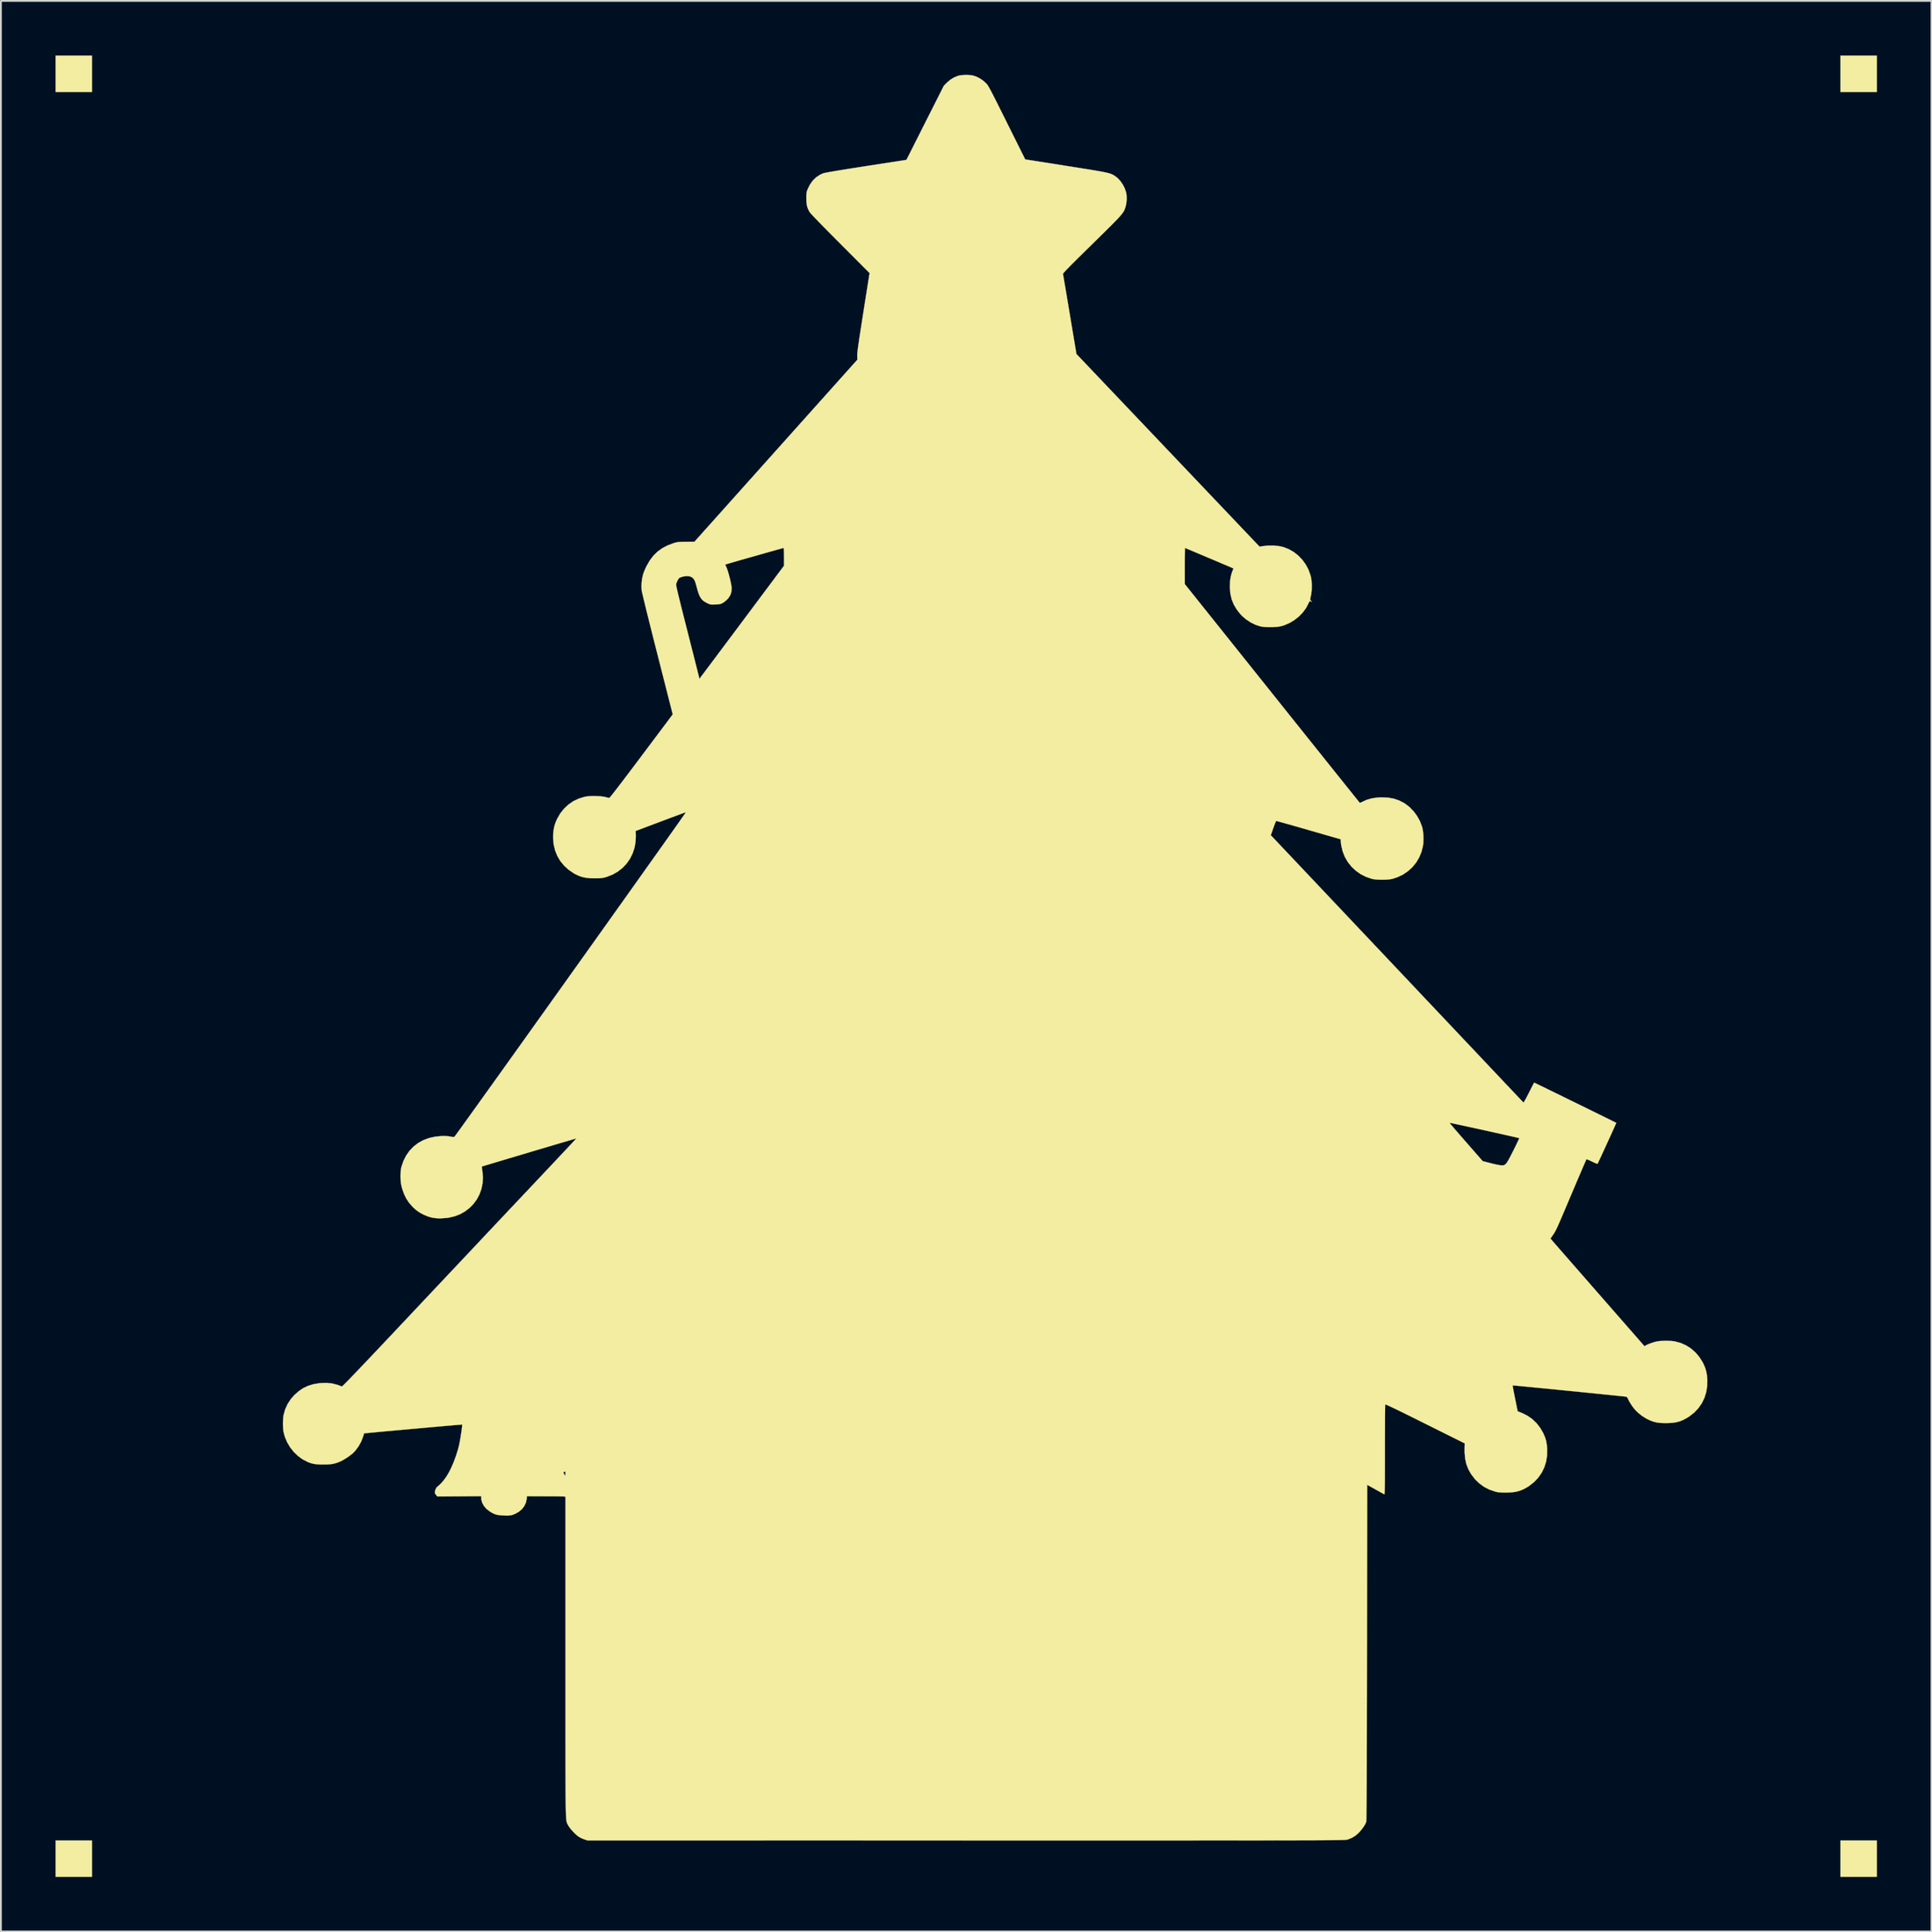
<source format=kicad_pcb>
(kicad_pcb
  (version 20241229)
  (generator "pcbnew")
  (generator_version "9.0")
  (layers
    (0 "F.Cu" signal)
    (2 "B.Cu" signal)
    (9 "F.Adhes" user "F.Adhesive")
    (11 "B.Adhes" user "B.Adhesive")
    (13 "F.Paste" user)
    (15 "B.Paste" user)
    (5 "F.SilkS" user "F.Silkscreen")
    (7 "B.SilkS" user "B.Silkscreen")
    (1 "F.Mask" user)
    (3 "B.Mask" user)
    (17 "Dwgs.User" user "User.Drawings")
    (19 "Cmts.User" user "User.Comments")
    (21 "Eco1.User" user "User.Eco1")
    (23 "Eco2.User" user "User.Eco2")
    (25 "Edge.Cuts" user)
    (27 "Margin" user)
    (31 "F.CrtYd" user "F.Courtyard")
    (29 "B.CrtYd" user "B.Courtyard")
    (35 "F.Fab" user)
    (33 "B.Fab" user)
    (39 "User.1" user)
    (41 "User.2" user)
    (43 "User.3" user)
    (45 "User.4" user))
  (footprint "mx2u_outline"
    (layer "F.Cu")
    (at 50.022 50.022)
    (property "Reference" "mx2u_outline" (at 0 0 0) (layer "F.SilkS") (effects (font (size 1.524 1.524) (thickness 0.3))))
    (attr through_hole)
    (fp_poly (pts (xy -48.02 -48.02) (xy -50.017 -48.02) (xy -50.017 -50.017) (xy -48.02 -50.017) (xy -48.02 -48.02)) (stroke (width 0.01) (type solid)) (fill yes) (layer "F.SilkS"))
    (fp_poly (pts (xy -48.02 50.017) (xy -50.017 50.017) (xy -50.017 48.02) (xy -48.02 48.02) (xy -48.02 50.017)) (stroke (width 0.01) (type solid)) (fill yes) (layer "F.SilkS"))
    (fp_poly (pts (xy 50.017 -48.02) (xy 48.02 -48.02) (xy 48.02 -50.017) (xy 50.017 -50.017) (xy 50.017 -48.02)) (stroke (width 0.01) (type solid)) (fill yes) (layer "F.SilkS"))
    (fp_poly (pts (xy 50.017 50.017) (xy 48.02 50.017) (xy 48.02 48.02) (xy 50.017 48.02) (xy 50.017 50.017)) (stroke (width 0.01) (type solid)) (fill yes) (layer "F.SilkS"))
    (fp_poly (pts (xy 0.087 -48.953) (xy 0.237 -48.944) (xy 0.356 -48.927) (xy 0.357 -48.927) (xy 0.537 -48.87) (xy 0.726 -48.778) (xy 0.906 -48.66) (xy 1.061 -48.527) (xy 1.061 -48.527) (xy 1.09 -48.498) (xy 1.117 -48.469) (xy 1.143 -48.437) (xy 1.171 -48.4) (xy 1.202 -48.354) (xy 1.238 -48.296) (xy 1.279 -48.223) (xy 1.328 -48.133) (xy 1.387 -48.022) (xy 1.457 -47.888) (xy 1.539 -47.726) (xy 1.635 -47.536) (xy 1.748 -47.312) (xy 1.877 -47.053) (xy 2.026 -46.755) (xy 2.195 -46.416) (xy 2.233 -46.338) (xy 3.241 -44.316) (xy 5.468 -43.965) (xy 5.869 -43.902) (xy 6.223 -43.846) (xy 6.534 -43.796) (xy 6.805 -43.753) (xy 7.039 -43.714) (xy 7.24 -43.679) (xy 7.41 -43.649) (xy 7.553 -43.621) (xy 7.673 -43.596) (xy 7.773 -43.573) (xy 7.855 -43.55) (xy 7.924 -43.529) (xy 7.982 -43.507) (xy 8.033 -43.484) (xy 8.081 -43.46) (xy 8.127 -43.433) (xy 8.128 -43.432) (xy 8.3 -43.307) (xy 8.458 -43.141) (xy 8.595 -42.946) (xy 8.706 -42.733) (xy 8.781 -42.51) (xy 8.785 -42.494) (xy 8.811 -42.314) (xy 8.814 -42.11) (xy 8.794 -41.904) (xy 8.753 -41.717) (xy 8.748 -41.701) (xy 8.728 -41.641) (xy 8.708 -41.585) (xy 8.686 -41.531) (xy 8.658 -41.477) (xy 8.624 -41.42) (xy 8.58 -41.357) (xy 8.524 -41.285) (xy 8.455 -41.204) (xy 8.369 -41.109) (xy 8.265 -40.998) (xy 8.14 -40.869) (xy 7.992 -40.719) (xy 7.818 -40.546) (xy 7.617 -40.347) (xy 7.386 -40.119) (xy 7.124 -39.861) (xy 6.905 -39.646) (xy 6.617 -39.363) (xy 6.363 -39.113) (xy 6.142 -38.894) (xy 5.952 -38.705) (xy 5.79 -38.544) (xy 5.656 -38.408) (xy 5.547 -38.296) (xy 5.461 -38.206) (xy 5.398 -38.136) (xy 5.353 -38.085) (xy 5.327 -38.049) (xy 5.317 -38.029) (xy 5.317 -38.024) (xy 5.322 -37.992) (xy 5.336 -37.914) (xy 5.356 -37.793) (xy 5.383 -37.634) (xy 5.416 -37.439) (xy 5.454 -37.213) (xy 5.497 -36.959) (xy 5.543 -36.682) (xy 5.593 -36.383) (xy 5.646 -36.069) (xy 5.691 -35.801) (xy 6.053 -33.629) (xy 11.082 -28.338) (xy 16.112 -23.046) (xy 16.2 -23.061) (xy 16.553 -23.103) (xy 16.89 -23.107) (xy 17.205 -23.072) (xy 17.425 -23.021) (xy 17.716 -22.909) (xy 17.988 -22.754) (xy 18.236 -22.559) (xy 18.457 -22.331) (xy 18.645 -22.073) (xy 18.797 -21.789) (xy 18.907 -21.486) (xy 18.932 -21.392) (xy 18.968 -21.173) (xy 18.984 -20.929) (xy 18.978 -20.676) (xy 18.951 -20.433) (xy 18.905 -20.22) (xy 18.893 -20.155) (xy 18.907 -20.109) (xy 18.936 -20.073) (xy 18.992 -20.013) (xy 18.926 -20.039) (xy 18.887 -20.05) (xy 18.86 -20.041) (xy 18.834 -20.003) (xy 18.803 -19.933) (xy 18.664 -19.67) (xy 18.482 -19.424) (xy 18.264 -19.201) (xy 18.017 -19.007) (xy 17.746 -18.846) (xy 17.459 -18.724) (xy 17.302 -18.678) (xy 17.165 -18.652) (xy 16.993 -18.635) (xy 16.802 -18.626) (xy 16.606 -18.625) (xy 16.418 -18.632) (xy 16.255 -18.648) (xy 16.151 -18.667) (xy 15.892 -18.753) (xy 15.633 -18.88) (xy 15.387 -19.04) (xy 15.166 -19.226) (xy 15.056 -19.342) (xy 14.852 -19.603) (xy 14.695 -19.87) (xy 14.583 -20.149) (xy 14.513 -20.448) (xy 14.483 -20.772) (xy 14.482 -20.873) (xy 14.493 -21.151) (xy 14.53 -21.396) (xy 14.592 -21.62) (xy 14.62 -21.693) (xy 14.651 -21.772) (xy 14.671 -21.828) (xy 14.677 -21.85) (xy 14.651 -21.862) (xy 14.583 -21.891) (xy 14.48 -21.935) (xy 14.345 -21.993) (xy 14.185 -22.061) (xy 14.003 -22.138) (xy 13.805 -22.222) (xy 13.596 -22.31) (xy 13.382 -22.401) (xy 13.167 -22.492) (xy 12.956 -22.581) (xy 12.754 -22.666) (xy 12.567 -22.745) (xy 12.399 -22.816) (xy 12.255 -22.876) (xy 12.142 -22.924) (xy 12.062 -22.956) (xy 12.023 -22.972) (xy 12.019 -22.974) (xy 12.016 -22.949) (xy 12.013 -22.88) (xy 12.011 -22.771) (xy 12.009 -22.627) (xy 12.007 -22.454) (xy 12.006 -22.258) (xy 12.005 -22.044) (xy 12.005 -21.982) (xy 12.006 -20.99) (xy 16.784 -15.013) (xy 17.17 -14.529) (xy 17.549 -14.055) (xy 17.918 -13.593) (xy 18.277 -13.145) (xy 18.624 -12.71) (xy 18.959 -12.292) (xy 19.279 -11.892) (xy 19.584 -11.511) (xy 19.872 -11.151) (xy 20.142 -10.813) (xy 20.394 -10.499) (xy 20.625 -10.211) (xy 20.834 -9.949) (xy 21.021 -9.716) (xy 21.184 -9.513) (xy 21.322 -9.341) (xy 21.433 -9.202) (xy 21.517 -9.098) (xy 21.572 -9.03) (xy 21.596 -9) (xy 21.597 -8.999) (xy 21.626 -8.979) (xy 21.662 -8.983) (xy 21.722 -9.012) (xy 21.732 -9.018) (xy 21.999 -9.14) (xy 22.297 -9.223) (xy 22.625 -9.268) (xy 22.847 -9.275) (xy 23.181 -9.258) (xy 23.485 -9.203) (xy 23.766 -9.109) (xy 24.032 -8.975) (xy 24.114 -8.923) (xy 24.356 -8.735) (xy 24.576 -8.508) (xy 24.766 -8.25) (xy 24.921 -7.97) (xy 25.034 -7.675) (xy 25.047 -7.633) (xy 25.086 -7.444) (xy 25.11 -7.225) (xy 25.117 -6.994) (xy 25.108 -6.769) (xy 25.087 -6.601) (xy 25.005 -6.275) (xy 24.879 -5.971) (xy 24.713 -5.692) (xy 24.508 -5.442) (xy 24.269 -5.223) (xy 23.997 -5.038) (xy 23.697 -4.892) (xy 23.416 -4.799) (xy 23.283 -4.774) (xy 23.115 -4.758) (xy 22.926 -4.75) (xy 22.732 -4.751) (xy 22.546 -4.76) (xy 22.383 -4.778) (xy 22.279 -4.799) (xy 21.958 -4.909) (xy 21.663 -5.059) (xy 21.397 -5.247) (xy 21.162 -5.469) (xy 20.962 -5.72) (xy 20.8 -5.999) (xy 20.68 -6.301) (xy 20.611 -6.585) (xy 20.593 -6.696) (xy 20.58 -6.799) (xy 20.573 -6.875) (xy 20.573 -6.89) (xy 20.57 -6.948) (xy 20.564 -6.975) (xy 20.563 -6.976) (xy 20.537 -6.982) (xy 20.467 -7.002) (xy 20.357 -7.034) (xy 20.209 -7.076) (xy 20.028 -7.128) (xy 19.817 -7.188) (xy 19.582 -7.256) (xy 19.325 -7.33) (xy 19.05 -7.41) (xy 18.801 -7.481) (xy 18.514 -7.564) (xy 18.24 -7.643) (xy 17.985 -7.715) (xy 17.751 -7.782) (xy 17.543 -7.84) (xy 17.365 -7.89) (xy 17.22 -7.93) (xy 17.113 -7.959) (xy 17.047 -7.975) (xy 17.026 -7.979) (xy 17.01 -7.954) (xy 16.981 -7.889) (xy 16.943 -7.792) (xy 16.898 -7.672) (xy 16.866 -7.582) (xy 16.73 -7.193) (xy 16.841 -7.078) (xy 16.865 -7.052) (xy 16.923 -6.991) (xy 17.013 -6.896) (xy 17.132 -6.77) (xy 17.281 -6.613) (xy 17.457 -6.427) (xy 17.658 -6.214) (xy 17.885 -5.974) (xy 18.134 -5.711) (xy 18.405 -5.424) (xy 18.696 -5.116) (xy 19.005 -4.789) (xy 19.332 -4.443) (xy 19.675 -4.08) (xy 20.033 -3.701) (xy 20.404 -3.309) (xy 20.786 -2.905) (xy 21.178 -2.49) (xy 21.579 -2.065) (xy 21.988 -1.633) (xy 22.402 -1.195) (xy 22.821 -0.752) (xy 23.243 -0.305) (xy 23.666 0.143) (xy 24.09 0.591) (xy 24.513 1.038) (xy 24.932 1.483) (xy 25.348 1.923) (xy 25.758 2.357) (xy 26.162 2.783) (xy 26.556 3.201) (xy 26.942 3.609) (xy 27.315 4.005) (xy 27.677 4.387) (xy 28.024 4.754) (xy 28.355 5.105) (xy 28.67 5.438) (xy 28.966 5.752) (xy 29.243 6.044) (xy 29.498 6.315) (xy 29.731 6.561) (xy 29.939 6.781) (xy 30.122 6.975) (xy 30.278 7.14) (xy 30.406 7.276) (xy 30.504 7.379) (xy 30.57 7.45) (xy 30.604 7.486) (xy 30.608 7.491) (xy 30.625 7.475) (xy 30.66 7.42) (xy 30.71 7.331) (xy 30.774 7.215) (xy 30.846 7.075) (xy 30.908 6.954) (xy 30.985 6.8) (xy 31.056 6.662) (xy 31.115 6.547) (xy 31.161 6.46) (xy 31.191 6.407) (xy 31.2 6.394) (xy 31.223 6.405) (xy 31.288 6.436) (xy 31.391 6.486) (xy 31.528 6.553) (xy 31.696 6.635) (xy 31.89 6.73) (xy 32.107 6.836) (xy 32.344 6.952) (xy 32.596 7.075) (xy 32.86 7.204) (xy 33.132 7.338) (xy 33.408 7.473) (xy 33.685 7.609) (xy 33.959 7.743) (xy 34.225 7.874) (xy 34.482 8) (xy 34.723 8.119) (xy 34.947 8.229) (xy 35.149 8.328) (xy 35.326 8.415) (xy 35.473 8.488) (xy 35.588 8.545) (xy 35.665 8.583) (xy 35.702 8.602) (xy 35.705 8.604) (xy 35.697 8.627) (xy 35.669 8.691) (xy 35.625 8.79) (xy 35.568 8.919) (xy 35.499 9.072) (xy 35.421 9.245) (xy 35.336 9.43) (xy 35.248 9.624) (xy 35.158 9.821) (xy 35.069 10.015) (xy 34.983 10.201) (xy 34.903 10.374) (xy 34.832 10.528) (xy 34.771 10.659) (xy 34.723 10.759) (xy 34.691 10.825) (xy 34.677 10.851) (xy 34.648 10.848) (xy 34.584 10.825) (xy 34.493 10.786) (xy 34.385 10.735) (xy 34.372 10.729) (xy 34.263 10.676) (xy 34.17 10.636) (xy 34.102 10.611) (xy 34.068 10.606) (xy 34.067 10.607) (xy 34.054 10.633) (xy 34.023 10.702) (xy 33.976 10.81) (xy 33.913 10.955) (xy 33.837 11.131) (xy 33.749 11.337) (xy 33.65 11.568) (xy 33.542 11.82) (xy 33.427 12.091) (xy 33.306 12.376) (xy 33.265 12.474) (xy 33.114 12.828) (xy 32.982 13.14) (xy 32.867 13.411) (xy 32.767 13.646) (xy 32.681 13.847) (xy 32.607 14.018) (xy 32.544 14.161) (xy 32.49 14.281) (xy 32.444 14.381) (xy 32.405 14.463) (xy 32.37 14.531) (xy 32.339 14.588) (xy 32.31 14.638) (xy 32.282 14.684) (xy 32.252 14.728) (xy 32.22 14.775) (xy 32.218 14.778) (xy 32.092 14.961) (xy 32.152 15.032) (xy 32.175 15.058) (xy 32.229 15.121) (xy 32.314 15.218) (xy 32.425 15.346) (xy 32.563 15.504) (xy 32.725 15.689) (xy 32.908 15.899) (xy 33.112 16.132) (xy 33.334 16.387) (xy 33.573 16.66) (xy 33.826 16.95) (xy 34.092 17.254) (xy 34.369 17.571) (xy 34.655 17.898) (xy 34.734 17.988) (xy 37.256 20.873) (xy 37.337 20.825) (xy 37.448 20.769) (xy 37.592 20.712) (xy 37.75 20.66) (xy 37.904 20.619) (xy 37.957 20.608) (xy 38.108 20.588) (xy 38.291 20.577) (xy 38.488 20.574) (xy 38.681 20.581) (xy 38.852 20.597) (xy 38.927 20.609) (xy 39.242 20.694) (xy 39.536 20.824) (xy 39.807 20.997) (xy 40.051 21.21) (xy 40.265 21.46) (xy 40.446 21.744) (xy 40.487 21.824) (xy 40.583 22.043) (xy 40.649 22.257) (xy 40.69 22.484) (xy 40.708 22.708) (xy 40.701 23.062) (xy 40.647 23.397) (xy 40.548 23.712) (xy 40.406 24.005) (xy 40.22 24.273) (xy 39.992 24.514) (xy 39.724 24.726) (xy 39.578 24.819) (xy 39.382 24.923) (xy 39.19 25) (xy 38.989 25.052) (xy 38.767 25.083) (xy 38.512 25.095) (xy 38.441 25.096) (xy 38.232 25.092) (xy 38.058 25.08) (xy 37.907 25.057) (xy 37.763 25.021) (xy 37.614 24.969) (xy 37.568 24.951) (xy 37.352 24.846) (xy 37.132 24.707) (xy 36.925 24.545) (xy 36.767 24.394) (xy 36.677 24.287) (xy 36.581 24.159) (xy 36.491 24.023) (xy 36.414 23.893) (xy 36.361 23.784) (xy 36.356 23.772) (xy 36.31 23.686) (xy 36.259 23.648) (xy 36.259 23.648) (xy 36.224 23.643) (xy 36.143 23.634) (xy 36.019 23.62) (xy 35.858 23.603) (xy 35.661 23.583) (xy 35.434 23.559) (xy 35.179 23.533) (xy 34.9 23.505) (xy 34.601 23.474) (xy 34.286 23.443) (xy 33.959 23.41) (xy 33.622 23.376) (xy 33.28 23.342) (xy 32.937 23.308) (xy 32.596 23.274) (xy 32.26 23.24) (xy 31.935 23.208) (xy 31.622 23.178) (xy 31.326 23.149) (xy 31.052 23.122) (xy 30.801 23.098) (xy 30.578 23.076) (xy 30.387 23.058) (xy 30.232 23.044) (xy 30.116 23.033) (xy 30.042 23.027) (xy 30.015 23.026) (xy 30.015 23.026) (xy 30.017 23.053) (xy 30.028 23.122) (xy 30.047 23.229) (xy 30.073 23.366) (xy 30.104 23.528) (xy 30.14 23.707) (xy 30.147 23.742) (xy 30.29 24.447) (xy 30.518 24.538) (xy 30.818 24.685) (xy 31.088 24.872) (xy 31.326 25.098) (xy 31.531 25.361) (xy 31.692 25.64) (xy 31.788 25.859) (xy 31.854 26.073) (xy 31.894 26.301) (xy 31.912 26.525) (xy 31.906 26.878) (xy 31.852 27.214) (xy 31.753 27.529) (xy 31.61 27.821) (xy 31.425 28.089) (xy 31.197 28.331) (xy 30.929 28.543) (xy 30.783 28.635) (xy 30.587 28.74) (xy 30.394 28.817) (xy 30.193 28.869) (xy 29.972 28.9) (xy 29.717 28.912) (xy 29.646 28.912) (xy 29.468 28.91) (xy 29.33 28.904) (xy 29.218 28.893) (xy 29.123 28.876) (xy 29.077 28.865) (xy 28.749 28.754) (xy 28.45 28.601) (xy 28.181 28.407) (xy 27.941 28.173) (xy 27.732 27.897) (xy 27.727 27.89) (xy 27.579 27.625) (xy 27.472 27.346) (xy 27.405 27.045) (xy 27.376 26.718) (xy 27.376 26.532) (xy 27.384 26.211) (xy 25.206 25.125) (xy 24.828 24.937) (xy 24.493 24.77) (xy 24.198 24.624) (xy 23.942 24.498) (xy 23.723 24.391) (xy 23.537 24.301) (xy 23.384 24.228) (xy 23.26 24.17) (xy 23.165 24.127) (xy 23.094 24.098) (xy 23.047 24.08) (xy 23.021 24.075) (xy 23.014 24.077) (xy 23.012 24.107) (xy 23.01 24.184) (xy 23.008 24.305) (xy 23.006 24.466) (xy 23.004 24.663) (xy 23.003 24.894) (xy 23.002 25.154) (xy 23.001 25.439) (xy 23 25.748) (xy 22.999 26.075) (xy 22.999 26.418) (xy 22.999 26.567) (xy 22.999 26.988) (xy 22.999 27.361) (xy 22.998 27.688) (xy 22.997 27.972) (xy 22.996 28.216) (xy 22.994 28.422) (xy 22.992 28.592) (xy 22.989 28.729) (xy 22.986 28.836) (xy 22.982 28.914) (xy 22.978 28.967) (xy 22.974 28.997) (xy 22.968 29.007) (xy 22.967 29.007) (xy 22.937 28.991) (xy 22.869 28.954) (xy 22.771 28.901) (xy 22.651 28.834) (xy 22.515 28.759) (xy 22.481 28.74) (xy 22.026 28.486) (xy 22.013 37.703) (xy 22.012 38.544) (xy 22.011 39.336) (xy 22.01 40.08) (xy 22.008 40.777) (xy 22.007 41.429) (xy 22.006 42.037) (xy 22.005 42.603) (xy 22.003 43.127) (xy 22.002 43.612) (xy 22.001 44.057) (xy 21.999 44.466) (xy 21.998 44.838) (xy 21.996 45.176) (xy 21.995 45.48) (xy 21.993 45.753) (xy 21.991 45.994) (xy 21.989 46.207) (xy 21.987 46.391) (xy 21.985 46.549) (xy 21.983 46.681) (xy 21.98 46.789) (xy 21.978 46.874) (xy 21.975 46.938) (xy 21.973 46.982) (xy 21.97 47.007) (xy 21.968 47.013) (xy 21.918 47.123) (xy 21.839 47.253) (xy 21.74 47.391) (xy 21.632 47.523) (xy 21.524 47.635) (xy 21.364 47.768) (xy 21.2 47.868) (xy 21.014 47.947) (xy 20.944 47.97) (xy 20.934 47.973) (xy 20.923 47.976) (xy 20.91 47.979) (xy 20.893 47.981) (xy 20.872 47.984) (xy 20.845 47.986) (xy 20.812 47.988) (xy 20.771 47.99) (xy 20.722 47.992) (xy 20.663 47.994) (xy 20.594 47.996) (xy 20.513 47.998) (xy 20.42 47.999) (xy 20.313 48.001) (xy 20.191 48.002) (xy 20.054 48.004) (xy 19.9 48.005) (xy 19.728 48.006) (xy 19.538 48.008) (xy 19.327 48.009) (xy 19.096 48.01) (xy 18.843 48.011) (xy 18.568 48.011) (xy 18.268 48.012) (xy 17.943 48.013) (xy 17.593 48.014) (xy 17.215 48.014) (xy 16.81 48.015) (xy 16.376 48.015) (xy 15.911 48.016) (xy 15.416 48.016) (xy 14.888 48.017) (xy 14.327 48.017) (xy 13.733 48.017) (xy 13.103 48.017) (xy 12.437 48.018) (xy 11.733 48.018) (xy 10.992 48.018) (xy 10.211 48.018) (xy 9.39 48.018) (xy 8.527 48.018) (xy 7.623 48.018) (xy 6.675 48.018) (xy 5.682 48.018) (xy 4.644 48.018) (xy 3.56 48.018) (xy 2.429 48.018) (xy 1.248 48.018) (xy 0.019 48.018) (xy -0.013 48.018) (xy -20.813 48.016) (xy -20.98 47.959) (xy -21.091 47.916) (xy -21.204 47.862) (xy -21.275 47.821) (xy -21.377 47.745) (xy -21.492 47.641) (xy -21.609 47.521) (xy -21.718 47.398) (xy -21.807 47.281) (xy -21.867 47.183) (xy -21.868 47.181) (xy -21.881 47.156) (xy -21.893 47.134) (xy -21.904 47.114) (xy -21.915 47.094) (xy -21.925 47.072) (xy -21.934 47.048) (xy -21.943 47.019) (xy -21.951 46.984) (xy -21.958 46.941) (xy -21.965 46.888) (xy -21.971 46.825) (xy -21.976 46.749) (xy -21.981 46.659) (xy -21.986 46.554) (xy -21.99 46.431) (xy -21.994 46.289) (xy -21.997 46.127) (xy -22 45.943) (xy -22.003 45.735) (xy -22.005 45.502) (xy -22.007 45.243) (xy -22.008 44.954) (xy -22.009 44.636) (xy -22.01 44.286) (xy -22.011 43.904) (xy -22.012 43.486) (xy -22.012 43.032) (xy -22.013 42.54) (xy -22.013 42.009) (xy -22.013 41.437) (xy -22.013 40.822) (xy -22.013 40.162) (xy -22.013 39.457) (xy -22.013 38.704) (xy -22.013 37.932) (xy -22.013 29.146) (xy -22.07 29.131) (xy -22.107 29.128) (xy -22.189 29.125) (xy -22.31 29.122) (xy -22.464 29.119) (xy -22.646 29.118) (xy -22.849 29.116) (xy -23.068 29.116) (xy -23.128 29.116) (xy -24.129 29.115) (xy -24.143 29.265) (xy -24.186 29.467) (xy -24.274 29.654) (xy -24.403 29.822) (xy -24.57 29.964) (xy -24.769 30.077) (xy -24.894 30.127) (xy -24.971 30.15) (xy -25.042 30.165) (xy -25.122 30.173) (xy -25.223 30.175) (xy -25.36 30.172) (xy -25.387 30.171) (xy -25.581 30.161) (xy -25.739 30.139) (xy -25.876 30.102) (xy -26.005 30.047) (xy -26.141 29.968) (xy -26.188 29.937) (xy -26.357 29.802) (xy -26.49 29.646) (xy -26.583 29.477) (xy -26.632 29.301) (xy -26.638 29.21) (xy -26.638 29.11) (xy -27.841 29.119) (xy -29.044 29.127) (xy -29.118 29.045) (xy -29.167 28.979) (xy -29.187 28.915) (xy -29.18 28.838) (xy -29.149 28.74) (xy -29.091 28.63) (xy -29.013 28.559) (xy -28.925 28.486) (xy -28.82 28.379) (xy -28.708 28.247) (xy -28.598 28.1) (xy -28.541 28.018) (xy -28.421 27.814) (xy -22.122 27.814) (xy -22.105 27.855) (xy -22.081 27.901) (xy -22.026 28.002) (xy -22.018 27.886) (xy -22.016 27.815) (xy -22.019 27.767) (xy -22.022 27.758) (xy -22.051 27.759) (xy -22.085 27.773) (xy -22.115 27.792) (xy -22.122 27.814) (xy -28.421 27.814) (xy -28.404 27.786) (xy -28.269 27.513) (xy -28.14 27.207) (xy -28.02 26.876) (xy -27.913 26.531) (xy -27.877 26.398) (xy -27.855 26.305) (xy -27.83 26.183) (xy -27.803 26.041) (xy -27.777 25.888) (xy -27.752 25.731) (xy -27.729 25.579) (xy -27.709 25.44) (xy -27.695 25.323) (xy -27.686 25.235) (xy -27.685 25.184) (xy -27.688 25.176) (xy -27.713 25.177) (xy -27.785 25.183) (xy -27.9 25.192) (xy -28.053 25.205) (xy -28.24 25.221) (xy -28.457 25.24) (xy -28.702 25.261) (xy -28.968 25.285) (xy -29.253 25.31) (xy -29.552 25.336) (xy -29.862 25.364) (xy -30.179 25.392) (xy -30.498 25.421) (xy -30.815 25.45) (xy -31.127 25.478) (xy -31.43 25.506) (xy -31.719 25.532) (xy -31.991 25.557) (xy -32.241 25.58) (xy -32.466 25.601) (xy -32.662 25.62) (xy -32.824 25.635) (xy -32.949 25.648) (xy -33.033 25.656) (xy -33.071 25.661) (xy -33.073 25.662) (xy -33.081 25.686) (xy -33.1 25.746) (xy -33.126 25.831) (xy -33.131 25.848) (xy -33.232 26.111) (xy -33.375 26.368) (xy -33.548 26.602) (xy -33.681 26.743) (xy -33.779 26.826) (xy -33.907 26.921) (xy -34.051 27.018) (xy -34.196 27.107) (xy -34.326 27.178) (xy -34.37 27.199) (xy -34.532 27.265) (xy -34.685 27.313) (xy -34.844 27.345) (xy -35.022 27.364) (xy -35.232 27.371) (xy -35.306 27.371) (xy -35.516 27.368) (xy -35.688 27.357) (xy -35.835 27.336) (xy -35.969 27.304) (xy -36.103 27.258) (xy -36.172 27.23) (xy -36.449 27.087) (xy -36.705 26.901) (xy -36.935 26.679) (xy -37.135 26.427) (xy -37.299 26.149) (xy -37.425 25.852) (xy -37.494 25.597) (xy -37.515 25.459) (xy -37.527 25.288) (xy -37.53 25.102) (xy -37.525 24.917) (xy -37.511 24.753) (xy -37.495 24.649) (xy -37.404 24.332) (xy -37.27 24.04) (xy -37.092 23.771) (xy -36.908 23.562) (xy -36.671 23.349) (xy -36.424 23.18) (xy -36.158 23.052) (xy -35.869 22.962) (xy -35.548 22.907) (xy -35.449 22.898) (xy -35.129 22.889) (xy -34.829 22.92) (xy -34.535 22.994) (xy -34.295 23.085) (xy -34.281 23.077) (xy -34.249 23.049) (xy -34.197 23) (xy -34.125 22.929) (xy -34.031 22.835) (xy -33.916 22.716) (xy -33.777 22.573) (xy -33.615 22.404) (xy -33.427 22.209) (xy -33.214 21.985) (xy -32.974 21.733) (xy -32.707 21.451) (xy -32.411 21.139) (xy -32.086 20.795) (xy -31.731 20.419) (xy -31.345 20.009) (xy -30.926 19.565) (xy -30.475 19.086) (xy -30.097 18.684) (xy -29.685 18.246) (xy -29.262 17.798) (xy -28.833 17.342) (xy -28.399 16.881) (xy -27.964 16.419) (xy -27.53 15.959) (xy -27.1 15.503) (xy -26.678 15.054) (xy -26.265 14.615) (xy -25.864 14.19) (xy -25.479 13.782) (xy -25.112 13.392) (xy -24.766 13.025) (xy -24.443 12.683) (xy -24.147 12.37) (xy -23.881 12.087) (xy -23.673 11.867) (xy -23.396 11.574) (xy -23.129 11.29) (xy -22.873 11.019) (xy -22.632 10.762) (xy -22.406 10.522) (xy -22.198 10.301) (xy -22.01 10.101) (xy -21.845 9.924) (xy -21.703 9.772) (xy -21.587 9.648) (xy -21.5 9.553) (xy -21.442 9.491) (xy -21.417 9.462) (xy -21.416 9.46) (xy -21.44 9.466) (xy -21.509 9.486) (xy -21.619 9.518) (xy -21.766 9.561) (xy -21.945 9.614) (xy -22.154 9.675) (xy -22.389 9.745) (xy -22.645 9.82) (xy -22.919 9.902) (xy -23.207 9.987) (xy -23.506 10.076) (xy -23.81 10.166) (xy -24.117 10.258) (xy -24.423 10.349) (xy -24.723 10.438) (xy -25.015 10.525) (xy -25.294 10.609) (xy -25.556 10.687) (xy -25.798 10.759) (xy -26.015 10.825) (xy -26.204 10.882) (xy -26.362 10.929) (xy -26.483 10.966) (xy -26.566 10.992) (xy -26.604 11.004) (xy -26.607 11.005) (xy -26.606 11.031) (xy -26.598 11.096) (xy -26.585 11.19) (xy -26.573 11.274) (xy -26.546 11.609) (xy -26.566 11.933) (xy -26.631 12.244) (xy -26.738 12.538) (xy -26.884 12.811) (xy -27.066 13.06) (xy -27.283 13.281) (xy -27.531 13.47) (xy -27.807 13.625) (xy -28.108 13.74) (xy -28.433 13.814) (xy -28.508 13.824) (xy -28.813 13.849) (xy -29.085 13.846) (xy -29.333 13.812) (xy -29.566 13.748) (xy -29.795 13.651) (xy -29.798 13.649) (xy -29.968 13.56) (xy -30.106 13.474) (xy -30.229 13.381) (xy -30.353 13.269) (xy -30.429 13.193) (xy -30.608 12.988) (xy -30.755 12.765) (xy -30.877 12.517) (xy -30.977 12.233) (xy -31.013 12.106) (xy -31.047 11.934) (xy -31.068 11.734) (xy -31.074 11.523) (xy -31.067 11.317) (xy -31.046 11.133) (xy -31.025 11.032) (xy -30.913 10.701) (xy -30.764 10.402) (xy -30.577 10.136) (xy -30.357 9.906) (xy -30.104 9.712) (xy -29.821 9.556) (xy -29.509 9.439) (xy -29.17 9.363) (xy -28.807 9.328) (xy -28.686 9.326) (xy -28.559 9.331) (xy -28.427 9.343) (xy -28.315 9.36) (xy -28.306 9.362) (xy -28.216 9.38) (xy -28.162 9.385) (xy -28.128 9.377) (xy -28.102 9.355) (xy -28.079 9.327) (xy -28.029 9.26) (xy -27.953 9.155) (xy -27.85 9.014) (xy -27.723 8.838) (xy -27.573 8.63) (xy -27.552 8.6) (xy 26.547 8.6) (xy 26.562 8.62) (xy 26.606 8.675) (xy 26.678 8.761) (xy 26.775 8.875) (xy 26.892 9.012) (xy 27.029 9.171) (xy 27.181 9.346) (xy 27.346 9.535) (xy 27.453 9.658) (xy 28.37 10.707) (xy 28.812 10.821) (xy 28.966 10.859) (xy 29.114 10.893) (xy 29.245 10.919) (xy 29.347 10.935) (xy 29.399 10.94) (xy 29.487 10.939) (xy 29.548 10.925) (xy 29.602 10.891) (xy 29.633 10.864) (xy 29.669 10.826) (xy 29.712 10.764) (xy 29.766 10.675) (xy 29.834 10.554) (xy 29.916 10.397) (xy 30.017 10.199) (xy 30.057 10.12) (xy 30.141 9.952) (xy 30.216 9.798) (xy 30.28 9.665) (xy 30.331 9.559) (xy 30.364 9.484) (xy 30.378 9.448) (xy 30.378 9.445) (xy 30.352 9.437) (xy 30.28 9.42) (xy 30.169 9.394) (xy 30.022 9.36) (xy 29.845 9.32) (xy 29.641 9.274) (xy 29.415 9.223) (xy 29.172 9.169) (xy 28.917 9.112) (xy 28.654 9.054) (xy 28.388 8.995) (xy 28.123 8.937) (xy 27.864 8.88) (xy 27.615 8.826) (xy 27.382 8.775) (xy 27.168 8.729) (xy 26.978 8.688) (xy 26.817 8.654) (xy 26.69 8.627) (xy 26.6 8.609) (xy 26.553 8.6) (xy 26.547 8.6) (xy -27.552 8.6) (xy -27.401 8.391) (xy -27.208 8.122) (xy -26.995 7.825) (xy -26.763 7.502) (xy -26.514 7.154) (xy -26.248 6.783) (xy -25.967 6.391) (xy -25.672 5.979) (xy -25.364 5.548) (xy -25.045 5.101) (xy -24.714 4.639) (xy -24.375 4.164) (xy -24.027 3.677) (xy -23.672 3.179) (xy -23.31 2.673) (xy -22.944 2.161) (xy -22.575 1.643) (xy -22.202 1.121) (xy -21.829 0.597) (xy -21.455 0.073) (xy -21.082 -0.45) (xy -20.711 -0.97) (xy -20.343 -1.486) (xy -19.98 -1.996) (xy -19.622 -2.498) (xy -19.271 -2.992) (xy -18.928 -3.474) (xy -18.593 -3.943) (xy -18.269 -4.399) (xy -17.956 -4.839) (xy -17.656 -5.262) (xy -17.369 -5.665) (xy -17.097 -6.048) (xy -16.84 -6.409) (xy -16.601 -6.746) (xy -16.38 -7.058) (xy -16.178 -7.343) (xy -15.997 -7.599) (xy -15.837 -7.825) (xy -15.701 -8.019) (xy -15.588 -8.18) (xy -15.5 -8.305) (xy -15.439 -8.394) (xy -15.405 -8.444) (xy -15.398 -8.456) (xy -15.422 -8.449) (xy -15.49 -8.426) (xy -15.597 -8.387) (xy -15.738 -8.336) (xy -15.91 -8.273) (xy -16.108 -8.199) (xy -16.328 -8.117) (xy -16.567 -8.028) (xy -16.783 -7.946) (xy -18.159 -7.428) (xy -18.151 -7.169) (xy -18.163 -6.825) (xy -18.222 -6.496) (xy -18.326 -6.187) (xy -18.47 -5.899) (xy -18.654 -5.637) (xy -18.874 -5.404) (xy -19.128 -5.203) (xy -19.414 -5.038) (xy -19.728 -4.912) (xy -19.852 -4.875) (xy -19.944 -4.855) (xy -20.046 -4.841) (xy -20.17 -4.832) (xy -20.327 -4.829) (xy -20.421 -4.828) (xy -20.686 -4.836) (xy -20.915 -4.862) (xy -21.12 -4.908) (xy -21.313 -4.979) (xy -21.507 -5.076) (xy -21.558 -5.105) (xy -21.845 -5.302) (xy -22.093 -5.529) (xy -22.3 -5.784) (xy -22.464 -6.065) (xy -22.584 -6.369) (xy -22.66 -6.695) (xy -22.69 -7.04) (xy -22.688 -7.216) (xy -22.666 -7.469) (xy -22.622 -7.694) (xy -22.553 -7.908) (xy -22.467 -8.1) (xy -22.295 -8.396) (xy -22.088 -8.656) (xy -21.85 -8.878) (xy -21.584 -9.062) (xy -21.291 -9.203) (xy -20.976 -9.301) (xy -20.89 -9.319) (xy -20.752 -9.336) (xy -20.585 -9.346) (xy -20.401 -9.347) (xy -20.214 -9.341) (xy -20.039 -9.328) (xy -19.89 -9.307) (xy -19.802 -9.288) (xy -19.715 -9.264) (xy -19.643 -9.247) (xy -19.608 -9.241) (xy -19.585 -9.26) (xy -19.533 -9.321) (xy -19.451 -9.422) (xy -19.339 -9.563) (xy -19.198 -9.745) (xy -19.027 -9.967) (xy -18.827 -10.229) (xy -18.598 -10.531) (xy -18.34 -10.873) (xy -18.053 -11.254) (xy -17.842 -11.535) (xy -16.119 -13.832) (xy -16.959 -17.133) (xy -17.061 -17.535) (xy -17.161 -17.927) (xy -17.256 -18.304) (xy -17.346 -18.664) (xy -17.431 -19.004) (xy -17.51 -19.321) (xy -17.582 -19.612) (xy -17.646 -19.873) (xy -17.701 -20.102) (xy -17.748 -20.296) (xy -17.784 -20.451) (xy -17.81 -20.564) (xy -17.824 -20.633) (xy -17.826 -20.647) (xy -17.838 -20.858) (xy -17.833 -20.959) (xy -15.934 -20.959) (xy -15.928 -20.913) (xy -15.916 -20.844) (xy -15.896 -20.748) (xy -15.868 -20.624) (xy -15.832 -20.469) (xy -15.787 -20.282) (xy -15.732 -20.059) (xy -15.668 -19.798) (xy -15.592 -19.498) (xy -15.506 -19.156) (xy -15.408 -18.769) (xy -15.305 -18.364) (xy -15.216 -18.016) (xy -15.131 -17.681) (xy -15.051 -17.363) (xy -14.975 -17.065) (xy -14.906 -16.792) (xy -14.843 -16.544) (xy -14.788 -16.327) (xy -14.742 -16.143) (xy -14.705 -15.996) (xy -14.679 -15.889) (xy -14.663 -15.824) (xy -14.659 -15.806) (xy -14.646 -15.801) (xy -14.636 -15.81) (xy -14.618 -15.833) (xy -14.572 -15.894) (xy -14.5 -15.99) (xy -14.402 -16.12) (xy -14.283 -16.279) (xy -14.142 -16.467) (xy -13.982 -16.68) (xy -13.805 -16.917) (xy -13.613 -17.173) (xy -13.408 -17.448) (xy -13.191 -17.738) (xy -12.965 -18.04) (xy -12.8 -18.26) (xy -12.557 -18.585) (xy -12.315 -18.909) (xy -12.077 -19.228) (xy -11.845 -19.538) (xy -11.622 -19.837) (xy -11.41 -20.121) (xy -11.212 -20.386) (xy -11.03 -20.629) (xy -10.868 -20.846) (xy -10.727 -21.034) (xy -10.611 -21.19) (xy -10.521 -21.31) (xy -10.498 -21.342) (xy -10.008 -21.997) (xy -10.008 -22.485) (xy -10.01 -22.673) (xy -10.014 -22.817) (xy -10.02 -22.915) (xy -10.029 -22.967) (xy -10.034 -22.974) (xy -10.061 -22.967) (xy -10.132 -22.948) (xy -10.242 -22.918) (xy -10.385 -22.878) (xy -10.556 -22.829) (xy -10.752 -22.774) (xy -10.966 -22.714) (xy -11.193 -22.649) (xy -11.43 -22.582) (xy -11.67 -22.514) (xy -11.909 -22.446) (xy -12.142 -22.38) (xy -12.363 -22.317) (xy -12.568 -22.258) (xy -12.752 -22.205) (xy -12.91 -22.159) (xy -13.037 -22.123) (xy -13.071 -22.113) (xy -13.24 -22.063) (xy -13.167 -21.902) (xy -13.126 -21.799) (xy -13.082 -21.662) (xy -13.036 -21.503) (xy -12.991 -21.334) (xy -12.951 -21.165) (xy -12.918 -21.008) (xy -12.895 -20.874) (xy -12.884 -20.775) (xy -12.884 -20.761) (xy -12.899 -20.565) (xy -12.951 -20.398) (xy -13.042 -20.246) (xy -13.103 -20.174) (xy -13.19 -20.09) (xy -13.287 -20.011) (xy -13.374 -19.953) (xy -13.374 -19.953) (xy -13.441 -19.919) (xy -13.502 -19.897) (xy -13.573 -19.883) (xy -13.667 -19.874) (xy -13.782 -19.869) (xy -13.904 -19.865) (xy -13.99 -19.866) (xy -14.055 -19.874) (xy -14.115 -19.892) (xy -14.184 -19.923) (xy -14.242 -19.951) (xy -14.37 -20.022) (xy -14.474 -20.101) (xy -14.559 -20.195) (xy -14.631 -20.312) (xy -14.694 -20.459) (xy -14.754 -20.644) (xy -14.794 -20.79) (xy -14.838 -20.953) (xy -14.875 -21.076) (xy -14.91 -21.168) (xy -14.947 -21.237) (xy -14.988 -21.293) (xy -15.031 -21.338) (xy -15.122 -21.393) (xy -15.246 -21.424) (xy -15.391 -21.428) (xy -15.544 -21.405) (xy -15.583 -21.395) (xy -15.668 -21.367) (xy -15.736 -21.341) (xy -15.766 -21.324) (xy -15.803 -21.278) (xy -15.847 -21.201) (xy -15.89 -21.11) (xy -15.923 -21.023) (xy -15.934 -20.984) (xy -15.934 -20.959) (xy -17.833 -20.959) (xy -17.826 -21.091) (xy -17.794 -21.326) (xy -17.743 -21.541) (xy -17.741 -21.546) (xy -17.706 -21.646) (xy -17.655 -21.771) (xy -17.596 -21.902) (xy -17.561 -21.975) (xy -17.386 -22.28) (xy -17.187 -22.543) (xy -16.96 -22.768) (xy -16.701 -22.956) (xy -16.406 -23.112) (xy -16.072 -23.238) (xy -16.023 -23.253) (xy -15.947 -23.275) (xy -15.872 -23.29) (xy -15.79 -23.301) (xy -15.69 -23.307) (xy -15.56 -23.311) (xy -15.391 -23.313) (xy -15.381 -23.313) (xy -14.928 -23.315) (xy -10.453 -28.316) (xy -5.977 -33.317) (xy -5.985 -33.522) (xy -5.986 -33.568) (xy -5.983 -33.626) (xy -5.977 -33.701) (xy -5.966 -33.796) (xy -5.952 -33.914) (xy -5.933 -34.057) (xy -5.908 -34.229) (xy -5.878 -34.434) (xy -5.842 -34.674) (xy -5.799 -34.952) (xy -5.749 -35.272) (xy -5.692 -35.636) (xy -5.651 -35.901) (xy -5.308 -38.074) (xy -6.922 -39.692) (xy -7.207 -39.978) (xy -7.47 -40.243) (xy -7.71 -40.486) (xy -7.925 -40.705) (xy -8.113 -40.898) (xy -8.273 -41.065) (xy -8.404 -41.202) (xy -8.503 -41.308) (xy -8.569 -41.383) (xy -8.602 -41.424) (xy -8.603 -41.426) (xy -8.675 -41.563) (xy -8.725 -41.69) (xy -8.757 -41.821) (xy -8.774 -41.971) (xy -8.78 -42.155) (xy -8.78 -42.169) (xy -8.78 -42.31) (xy -8.776 -42.413) (xy -8.767 -42.492) (xy -8.752 -42.559) (xy -8.729 -42.629) (xy -8.715 -42.665) (xy -8.587 -42.928) (xy -8.431 -43.15) (xy -8.244 -43.332) (xy -8.026 -43.475) (xy -7.861 -43.55) (xy -7.809 -43.564) (xy -7.711 -43.585) (xy -7.568 -43.613) (xy -7.378 -43.646) (xy -7.141 -43.686) (xy -6.857 -43.733) (xy -6.525 -43.787) (xy -6.145 -43.847) (xy -5.715 -43.915) (xy -5.502 -43.948) (xy -3.282 -44.292) (xy -2.256 -46.327) (xy -1.229 -48.361) (xy -1.051 -48.54) (xy -0.871 -48.694) (xy -0.671 -48.816) (xy -0.463 -48.902) (xy -0.349 -48.931) (xy -0.225 -48.946) (xy -0.073 -48.953) (xy 0.087 -48.953)) (stroke (width 0.01) (type solid)) (fill yes) (layer "F.SilkS")))
  (gr_rect
    (start -3 -3)
    (end 103.043 103.043)
    (stroke (width 0.1) (type default))
    (fill no)
    (layer "Edge.Cuts")))
</source>
